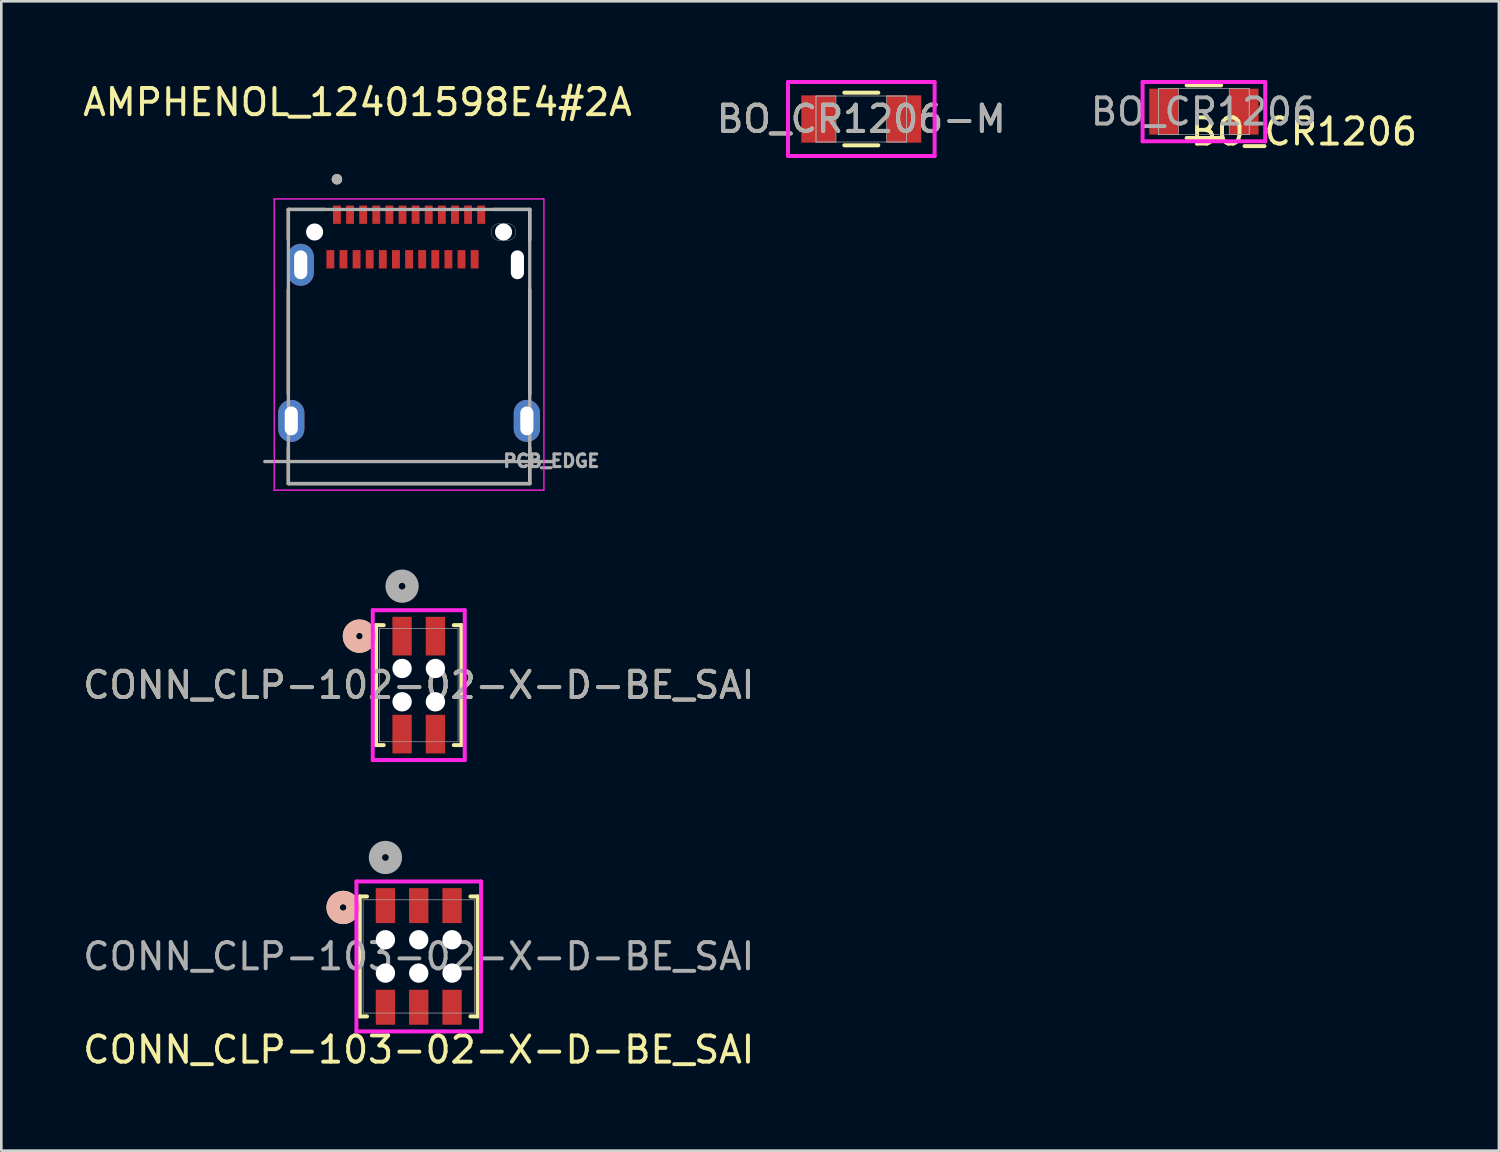
<source format=kicad_pcb>
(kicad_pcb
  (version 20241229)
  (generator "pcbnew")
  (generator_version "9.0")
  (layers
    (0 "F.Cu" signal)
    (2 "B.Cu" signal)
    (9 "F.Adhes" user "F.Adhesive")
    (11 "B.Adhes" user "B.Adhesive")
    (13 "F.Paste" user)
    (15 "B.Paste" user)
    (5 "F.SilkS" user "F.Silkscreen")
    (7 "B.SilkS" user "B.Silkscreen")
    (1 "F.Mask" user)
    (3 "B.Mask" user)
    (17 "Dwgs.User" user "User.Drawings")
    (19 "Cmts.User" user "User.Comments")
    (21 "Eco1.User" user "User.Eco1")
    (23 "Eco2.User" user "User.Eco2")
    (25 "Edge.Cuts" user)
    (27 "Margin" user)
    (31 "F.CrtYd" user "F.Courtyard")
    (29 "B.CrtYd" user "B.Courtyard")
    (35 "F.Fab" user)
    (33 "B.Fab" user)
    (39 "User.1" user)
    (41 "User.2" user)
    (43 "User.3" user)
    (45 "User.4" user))
  (footprint "CONN_CLP-103-02-X-D-BE_SAI"
    (layer "F.Cu")
    (at 12.911 33.406)
    (property "Reference" "CONN_CLP-103-02-X-D-BE_SAI" (at 0 3.556 0) (unlocked yes) (layer "F.SilkS") (effects (font (size 1 1) (thickness 0.15))))
    (attr smd)
    (fp_line (start -2.248 -2.286) (end -2.248 2.286) (stroke (width 0.152) (type solid)) (layer "F.SilkS"))
    (fp_line (start -2.248 2.286) (end -1.971 2.286) (stroke (width 0.152) (type solid)) (layer "F.SilkS"))
    (fp_line (start -1.971 -2.286) (end -2.248 -2.286) (stroke (width 0.152) (type solid)) (layer "F.SilkS"))
    (fp_line (start 1.971 2.286) (end 2.248 2.286) (stroke (width 0.152) (type solid)) (layer "F.SilkS"))
    (fp_line (start 2.248 -2.286) (end 1.971 -2.286) (stroke (width 0.152) (type solid)) (layer "F.SilkS"))
    (fp_line (start 2.248 2.286) (end 2.248 -2.286) (stroke (width 0.152) (type solid)) (layer "F.SilkS"))
    (fp_circle (center -2.883 -1.867) (end -2.502 -1.867) (stroke (width 0.508) (type solid)) (fill no) (layer "F.SilkS"))
    (fp_circle (center -2.883 -1.867) (end -2.502 -1.867) (stroke (width 0.508) (type solid)) (fill no) (layer "B.SilkS"))
    (fp_line (start -2.375 -2.857) (end -2.375 2.857) (stroke (width 0.152) (type solid)) (layer "F.CrtYd"))
    (fp_line (start -2.375 2.857) (end 2.375 2.857) (stroke (width 0.152) (type solid)) (layer "F.CrtYd"))
    (fp_line (start 2.375 -2.857) (end -2.375 -2.857) (stroke (width 0.152) (type solid)) (layer "F.CrtYd"))
    (fp_line (start 2.375 2.857) (end 2.375 -2.857) (stroke (width 0.152) (type solid)) (layer "F.CrtYd"))
    (fp_line (start -2.121 -2.159) (end -2.121 2.159) (stroke (width 0.025) (type solid)) (layer "F.Fab"))
    (fp_line (start -2.121 2.159) (end 2.121 2.159) (stroke (width 0.025) (type solid)) (layer "F.Fab"))
    (fp_line (start 2.121 -2.159) (end -2.121 -2.159) (stroke (width 0.025) (type solid)) (layer "F.Fab"))
    (fp_line (start 2.121 2.159) (end 2.121 -2.159) (stroke (width 0.025) (type solid)) (layer "F.Fab"))
    (fp_circle (center -1.27 -3.772) (end -0.889 -3.772) (stroke (width 0.508) (type solid)) (fill no) (layer "F.Fab"))
    (fp_text user "${REFERENCE}" (at 0 0 0) (unlocked yes) (layer "F.Fab") (effects (font (size 1 1) (thickness 0.15))))
    (pad "" np_thru_hole circle (at -1.27 -0.635) (size 0.737 0.737) (drill 0.737) (layers "*.Cu" "*.Mask"))
    (pad "" np_thru_hole circle (at -1.27 0.635) (size 0.737 0.737) (drill 0.737) (layers "*.Cu" "*.Mask"))
    (pad "" np_thru_hole circle (at 0 -0.635) (size 0.737 0.737) (drill 0.737) (layers "*.Cu" "*.Mask"))
    (pad "" np_thru_hole circle (at 0 0.635) (size 0.737 0.737) (drill 0.737) (layers "*.Cu" "*.Mask"))
    (pad "" np_thru_hole circle (at 1.27 -0.635) (size 0.737 0.737) (drill 0.737) (layers "*.Cu" "*.Mask"))
    (pad "" np_thru_hole circle (at 1.27 0.635) (size 0.737 0.737) (drill 0.737) (layers "*.Cu" "*.Mask"))
    (pad "1" smd rect (at -1.27 -1.937) (size 0.737 1.333) (layers "F.Cu" "F.Mask" "F.Paste"))
    (pad "2" smd rect (at -1.27 1.937) (size 0.737 1.333) (layers "F.Cu" "F.Mask" "F.Paste"))
    (pad "3" smd rect (at 0 -1.937) (size 0.737 1.333) (layers "F.Cu" "F.Mask" "F.Paste"))
    (pad "4" smd rect (at 0 1.937) (size 0.737 1.333) (layers "F.Cu" "F.Mask" "F.Paste"))
    (pad "5" smd rect (at 1.27 -1.937) (size 0.737 1.333) (layers "F.Cu" "F.Mask" "F.Paste"))
    (pad "6" smd rect (at 1.27 1.937) (size 0.737 1.333) (layers "F.Cu" "F.Mask" "F.Paste")))
  (footprint "CONN_CLP-102-02-X-D-BE_SAI"
    (layer "F.Cu")
    (at 12.911 23.065)
    (property "Reference" "CONN_CLP-102-02-X-D-BE_SAI" (at 0 0 0) (unlocked yes) (layer "F.SilkS") (effects (font (size 1 1) (thickness 0.15))))
    (attr smd)
    (fp_line (start -1.626 -2.286) (end -1.626 2.286) (stroke (width 0.152) (type solid)) (layer "F.SilkS"))
    (fp_line (start -1.626 2.286) (end -1.336 2.286) (stroke (width 0.152) (type solid)) (layer "F.SilkS"))
    (fp_line (start -1.336 -2.286) (end -1.626 -2.286) (stroke (width 0.152) (type solid)) (layer "F.SilkS"))
    (fp_line (start 1.336 2.286) (end 1.626 2.286) (stroke (width 0.152) (type solid)) (layer "F.SilkS"))
    (fp_line (start 1.626 -2.286) (end 1.336 -2.286) (stroke (width 0.152) (type solid)) (layer "F.SilkS"))
    (fp_line (start 1.626 2.286) (end 1.626 -2.286) (stroke (width 0.152) (type solid)) (layer "F.SilkS"))
    (fp_circle (center -2.261 -1.867) (end -1.88 -1.867) (stroke (width 0.508) (type solid)) (fill no) (layer "F.SilkS"))
    (fp_circle (center -2.261 -1.867) (end -1.88 -1.867) (stroke (width 0.508) (type solid)) (fill no) (layer "B.SilkS"))
    (fp_line (start -1.753 -2.857) (end -1.753 2.857) (stroke (width 0.152) (type solid)) (layer "F.CrtYd"))
    (fp_line (start -1.753 2.857) (end 1.753 2.857) (stroke (width 0.152) (type solid)) (layer "F.CrtYd"))
    (fp_line (start 1.753 -2.857) (end -1.753 -2.857) (stroke (width 0.152) (type solid)) (layer "F.CrtYd"))
    (fp_line (start 1.753 2.857) (end 1.753 -2.857) (stroke (width 0.152) (type solid)) (layer "F.CrtYd"))
    (fp_line (start -1.499 -2.159) (end -1.499 2.159) (stroke (width 0.025) (type solid)) (layer "F.Fab"))
    (fp_line (start -1.499 2.159) (end 1.499 2.159) (stroke (width 0.025) (type solid)) (layer "F.Fab"))
    (fp_line (start 1.499 -2.159) (end -1.499 -2.159) (stroke (width 0.025) (type solid)) (layer "F.Fab"))
    (fp_line (start 1.499 2.159) (end 1.499 -2.159) (stroke (width 0.025) (type solid)) (layer "F.Fab"))
    (fp_circle (center -0.635 -3.772) (end -0.254 -3.772) (stroke (width 0.508) (type solid)) (fill no) (layer "F.Fab"))
    (fp_text user "${REFERENCE}" (at 0 0 0) (unlocked yes) (layer "F.Fab") (effects (font (size 1 1) (thickness 0.15))))
    (pad "" np_thru_hole circle (at -0.635 -0.635) (size 0.737 0.737) (drill 0.737) (layers "*.Cu" "*.Mask"))
    (pad "" np_thru_hole circle (at -0.635 0.635) (size 0.737 0.737) (drill 0.737) (layers "*.Cu" "*.Mask"))
    (pad "" np_thru_hole circle (at 0.635 -0.635) (size 0.737 0.737) (drill 0.737) (layers "*.Cu" "*.Mask"))
    (pad "" np_thru_hole circle (at 0.635 0.635) (size 0.737 0.737) (drill 0.737) (layers "*.Cu" "*.Mask"))
    (pad "1" smd rect (at -0.635 -1.867) (size 0.737 1.473) (layers "F.Cu" "F.Mask" "F.Paste"))
    (pad "2" smd rect (at -0.635 1.867) (size 0.737 1.473) (layers "F.Cu" "F.Mask" "F.Paste"))
    (pad "3" smd rect (at 0.635 -1.867) (size 0.737 1.473) (layers "F.Cu" "F.Mask" "F.Paste"))
    (pad "4" smd rect (at 0.635 1.867) (size 0.737 1.473) (layers "F.Cu" "F.Mask" "F.Paste")))
  (footprint "BO_CR1206-M"
    (layer "F.Cu")
    (at 29.78 1.486)
    (property "Reference" "BO_CR1206-M" (at 0 0 0) (unlocked yes) (layer "F.SilkS") (effects (font (size 1 1) (thickness 0.15))))
    (attr smd)
    (fp_line (start -0.648 1.003) (end 0.648 1.003) (stroke (width 0.152) (type solid)) (layer "F.SilkS"))
    (fp_line (start 0.648 -1.003) (end -0.648 -1.003) (stroke (width 0.152) (type solid)) (layer "F.SilkS"))
    (fp_line (start -2.794 -1.41) (end 2.794 -1.41) (stroke (width 0.152) (type solid)) (layer "F.CrtYd"))
    (fp_line (start -2.794 1.41) (end -2.794 -1.41) (stroke (width 0.152) (type solid)) (layer "F.CrtYd"))
    (fp_line (start 2.794 -1.41) (end 2.794 1.41) (stroke (width 0.152) (type solid)) (layer "F.CrtYd"))
    (fp_line (start 2.794 1.41) (end -2.794 1.41) (stroke (width 0.152) (type solid)) (layer "F.CrtYd"))
    (fp_line (start -1.727 -0.876) (end -1.727 0.876) (stroke (width 0.025) (type solid)) (layer "F.Fab"))
    (fp_line (start -1.727 -0.876) (end -1.727 0.876) (stroke (width 0.025) (type solid)) (layer "F.Fab"))
    (fp_line (start -1.727 0.876) (end -0.965 0.876) (stroke (width 0.025) (type solid)) (layer "F.Fab"))
    (fp_line (start -1.727 0.876) (end 1.727 0.876) (stroke (width 0.025) (type solid)) (layer "F.Fab"))
    (fp_line (start -0.965 -0.876) (end -1.727 -0.876) (stroke (width 0.025) (type solid)) (layer "F.Fab"))
    (fp_line (start -0.965 0.876) (end -0.965 -0.876) (stroke (width 0.025) (type solid)) (layer "F.Fab"))
    (fp_line (start 0.965 -0.876) (end 0.965 0.876) (stroke (width 0.025) (type solid)) (layer "F.Fab"))
    (fp_line (start 0.965 0.876) (end 1.727 0.876) (stroke (width 0.025) (type solid)) (layer "F.Fab"))
    (fp_line (start 1.727 -0.876) (end -1.727 -0.876) (stroke (width 0.025) (type solid)) (layer "F.Fab"))
    (fp_line (start 1.727 -0.876) (end 0.965 -0.876) (stroke (width 0.025) (type solid)) (layer "F.Fab"))
    (fp_line (start 1.727 0.876) (end 1.727 -0.876) (stroke (width 0.025) (type solid)) (layer "F.Fab"))
    (fp_line (start 1.727 0.876) (end 1.727 -0.876) (stroke (width 0.025) (type solid)) (layer "F.Fab"))
    (fp_text user "${REFERENCE}" (at 0 0 0) (unlocked yes) (layer "F.Fab") (effects (font (size 1 1) (thickness 0.15))))
    (pad "1" smd rect (at -1.626 0) (size 1.321 1.803) (layers "F.Cu" "F.Mask" "F.Paste"))
    (pad "2" smd rect (at 1.626 0) (size 1.321 1.803) (layers "F.Cu" "F.Mask" "F.Paste"))
    (zone (net_name "") (layer "F.Cu") (hatch full 0.508) (connect_pads) (min_thickness 0.254) (filled_areas_thickness no) (keepout (tracks not_allowed) (vias not_allowed) (pads allowed) (copperpour not_allowed) (footprints allowed)) (placement (enabled no)) (fill) (polygon (pts (xy 28.865 0.66) (xy 30.694 0.66) (xy 30.694 2.311) (xy 28.865 2.311)))))
  (footprint "BO_CR1206"
    (layer "F.Cu")
    (at 42.839 1.206)
    (property "Reference" "BO_CR1206" (at 3.81 0.762 0) (unlocked yes) (layer "F.SilkS") (effects (font (size 1 1) (thickness 0.15))))
    (attr smd)
    (fp_line (start -0.658 1.003) (end 0.658 1.003) (stroke (width 0.152) (type solid)) (layer "F.SilkS"))
    (fp_line (start 0.658 -1.003) (end -0.658 -1.003) (stroke (width 0.152) (type solid)) (layer "F.SilkS"))
    (fp_line (start -2.337 -1.13) (end 2.337 -1.13) (stroke (width 0.152) (type solid)) (layer "F.CrtYd"))
    (fp_line (start -2.337 1.13) (end -2.337 -1.13) (stroke (width 0.152) (type solid)) (layer "F.CrtYd"))
    (fp_line (start 2.337 -1.13) (end 2.337 1.13) (stroke (width 0.152) (type solid)) (layer "F.CrtYd"))
    (fp_line (start 2.337 1.13) (end -2.337 1.13) (stroke (width 0.152) (type solid)) (layer "F.CrtYd"))
    (fp_line (start -1.727 -0.876) (end -1.727 0.876) (stroke (width 0.025) (type solid)) (layer "F.Fab"))
    (fp_line (start -1.727 -0.876) (end -1.727 0.876) (stroke (width 0.025) (type solid)) (layer "F.Fab"))
    (fp_line (start -1.727 0.876) (end -0.965 0.876) (stroke (width 0.025) (type solid)) (layer "F.Fab"))
    (fp_line (start -1.727 0.876) (end 1.727 0.876) (stroke (width 0.025) (type solid)) (layer "F.Fab"))
    (fp_line (start -0.965 -0.876) (end -1.727 -0.876) (stroke (width 0.025) (type solid)) (layer "F.Fab"))
    (fp_line (start -0.965 0.876) (end -0.965 -0.876) (stroke (width 0.025) (type solid)) (layer "F.Fab"))
    (fp_line (start 0.965 -0.876) (end 0.965 0.876) (stroke (width 0.025) (type solid)) (layer "F.Fab"))
    (fp_line (start 0.965 0.876) (end 1.727 0.876) (stroke (width 0.025) (type solid)) (layer "F.Fab"))
    (fp_line (start 1.727 -0.876) (end -1.727 -0.876) (stroke (width 0.025) (type solid)) (layer "F.Fab"))
    (fp_line (start 1.727 -0.876) (end 0.965 -0.876) (stroke (width 0.025) (type solid)) (layer "F.Fab"))
    (fp_line (start 1.727 0.876) (end 1.727 -0.876) (stroke (width 0.025) (type solid)) (layer "F.Fab"))
    (fp_line (start 1.727 0.876) (end 1.727 -0.876) (stroke (width 0.025) (type solid)) (layer "F.Fab"))
    (fp_text user "${REFERENCE}" (at 0 0 0) (unlocked yes) (layer "F.Fab") (effects (font (size 1 1) (thickness 0.15))))
    (pad "1" smd rect (at -1.524 0) (size 1.118 1.753) (layers "F.Cu" "F.Mask" "F.Paste"))
    (pad "2" smd rect (at 1.524 0) (size 1.118 1.753) (layers "F.Cu" "F.Mask" "F.Paste"))
    (zone (net_name "") (layer "F.Cu") (hatch full 0.508) (connect_pads) (min_thickness 0.254) (filled_areas_thickness no) (keepout (tracks not_allowed) (vias not_allowed) (pads allowed) (copperpour not_allowed) (footprints allowed)) (placement (enabled no)) (fill) (polygon (pts (xy 41.925 0.381) (xy 43.754 0.381) (xy 43.754 2.032) (xy 41.925 2.032)))))
  (footprint "AMPHENOL_12401598E4#2A"
    (layer "F.Cu")
    (at 12.542 5.793)
    (property "Reference" "AMPHENOL_12401598E4#2A" (at -1.965 -4.945 0) (layer "F.SilkS") (effects (font (size 1 1) (thickness 0.15))))
    (attr smd)
    (fp_line (start -4.6 -0.86) (end -3.22 -0.86) (stroke (width 0.127) (type solid)) (layer "F.SilkS"))
    (fp_line (start -4.6 0.3) (end -4.6 -0.86) (stroke (width 0.127) (type solid)) (layer "F.SilkS"))
    (fp_line (start -4.6 2.2) (end -4.6 6.18) (stroke (width 0.127) (type solid)) (layer "F.SilkS"))
    (fp_line (start -4.6 9.59) (end -4.6 8.22) (stroke (width 0.127) (type solid)) (layer "F.SilkS"))
    (fp_line (start 3.22 -0.86) (end 4.6 -0.86) (stroke (width 0.127) (type solid)) (layer "F.SilkS"))
    (fp_line (start 4.6 -0.86) (end 4.6 0.3) (stroke (width 0.127) (type solid)) (layer "F.SilkS"))
    (fp_line (start 4.6 2.2) (end 4.6 6.18) (stroke (width 0.127) (type solid)) (layer "F.SilkS"))
    (fp_line (start 4.6 9.59) (end -4.6 9.59) (stroke (width 0.127) (type solid)) (layer "F.SilkS"))
    (fp_line (start 4.6 9.59) (end 4.6 8.22) (stroke (width 0.127) (type solid)) (layer "F.SilkS"))
    (fp_circle (center -2.75 -2.01) (end -2.65 -2.01) (stroke (width 0.2) (type solid)) (fill no) (layer "F.SilkS"))
    (fp_line (start 3.45 -0.325) (end 3.75 -0.325) (stroke (width 0.01) (type solid)) (layer "Edge.Cuts"))
    (fp_line (start 3.75 0.325) (end 3.45 0.325) (stroke (width 0.01) (type solid)) (layer "Edge.Cuts"))
    (fp_arc (start 3.125 0) (mid 3.22019 -0.22981) (end 3.45 -0.325) (stroke (width 0.01) (type solid)) (layer "Edge.Cuts"))
    (fp_arc (start 3.45 0.325) (mid 3.22019 0.22981) (end 3.125 0) (stroke (width 0.01) (type solid)) (layer "Edge.Cuts"))
    (fp_arc (start 3.75 -0.325) (mid 3.97981 -0.22981) (end 4.075 0) (stroke (width 0.01) (type solid)) (layer "Edge.Cuts"))
    (fp_arc (start 4.075 0) (mid 3.97981 0.22981) (end 3.75 0.325) (stroke (width 0.01) (type solid)) (layer "Edge.Cuts"))
    (fp_line (start -5.14 -1.26) (end -5.14 9.84) (stroke (width 0.05) (type solid)) (layer "F.CrtYd"))
    (fp_line (start -5.14 9.84) (end 5.14 9.84) (stroke (width 0.05) (type solid)) (layer "F.CrtYd"))
    (fp_line (start 5.14 -1.26) (end -5.14 -1.26) (stroke (width 0.05) (type solid)) (layer "F.CrtYd"))
    (fp_line (start 5.14 9.84) (end 5.14 -1.26) (stroke (width 0.05) (type solid)) (layer "F.CrtYd"))
    (fp_line (start -5.5 8.75) (end 5.5 8.75) (stroke (width 0.127) (type solid)) (layer "F.Fab"))
    (fp_line (start -4.6 -0.86) (end 4.6 -0.86) (stroke (width 0.127) (type solid)) (layer "F.Fab"))
    (fp_line (start -4.6 9.59) (end -4.6 -0.86) (stroke (width 0.127) (type solid)) (layer "F.Fab"))
    (fp_line (start 4.6 -0.86) (end 4.6 9.59) (stroke (width 0.127) (type solid)) (layer "F.Fab"))
    (fp_line (start 4.6 9.59) (end -4.6 9.59) (stroke (width 0.127) (type solid)) (layer "F.Fab"))
    (fp_circle (center -2.75 -2.01) (end -2.65 -2.01) (stroke (width 0.2) (type solid)) (fill no) (layer "F.Fab"))
    (fp_text user "PCB_EDGE" (at 5.425 8.725 0) (layer "F.Fab") (effects (font (size 0.48 0.48) (thickness 0.12))))
    (pad "" np_thru_hole circle (at -3.6 0) (size 0.65 0.65) (drill 0.65) (layers "*.Cu" "*.Mask"))
    (pad "" np_thru_hole circle (at 3.6 0) (size 0.65 0.65) (drill 0.65) (layers "*.Cu" "*.Mask"))
    (pad "" np_thru_hole oval (at 4.13 1.25) (size 0.5 1.1) (drill oval 0.5 1.1) (layers "*.Cu" "*.Mask"))
    (pad "A1" smd rect (at -2.75 -0.66) (size 0.3 0.7) (layers "F.Cu" "F.Mask" "F.Paste"))
    (pad "A2" smd rect (at -2.25 -0.66) (size 0.3 0.7) (layers "F.Cu" "F.Mask" "F.Paste"))
    (pad "A3" smd rect (at -1.75 -0.66) (size 0.3 0.7) (layers "F.Cu" "F.Mask" "F.Paste"))
    (pad "A4" smd rect (at -1.25 -0.66) (size 0.3 0.7) (layers "F.Cu" "F.Mask" "F.Paste"))
    (pad "A5" smd rect (at -0.75 -0.66) (size 0.3 0.7) (layers "F.Cu" "F.Mask" "F.Paste"))
    (pad "A6" smd rect (at -0.25 -0.66) (size 0.3 0.7) (layers "F.Cu" "F.Mask" "F.Paste"))
    (pad "A7" smd rect (at 0.25 -0.66) (size 0.3 0.7) (layers "F.Cu" "F.Mask" "F.Paste"))
    (pad "A8" smd rect (at 0.75 -0.66) (size 0.3 0.7) (layers "F.Cu" "F.Mask" "F.Paste"))
    (pad "A9" smd rect (at 1.25 -0.66) (size 0.3 0.7) (layers "F.Cu" "F.Mask" "F.Paste"))
    (pad "A10" smd rect (at 1.75 -0.66) (size 0.3 0.7) (layers "F.Cu" "F.Mask" "F.Paste"))
    (pad "A11" smd rect (at 2.25 -0.66) (size 0.3 0.7) (layers "F.Cu" "F.Mask" "F.Paste"))
    (pad "A12" smd rect (at 2.75 -0.66) (size 0.3 0.7) (layers "F.Cu" "F.Mask" "F.Paste"))
    (pad "B1" smd rect (at 2.5 1.04) (size 0.3 0.7) (layers "F.Cu" "F.Mask" "F.Paste"))
    (pad "B2" smd rect (at 2 1.04) (size 0.3 0.7) (layers "F.Cu" "F.Mask" "F.Paste"))
    (pad "B3" smd rect (at 1.5 1.04) (size 0.3 0.7) (layers "F.Cu" "F.Mask" "F.Paste"))
    (pad "B4" smd rect (at 1 1.04) (size 0.3 0.7) (layers "F.Cu" "F.Mask" "F.Paste"))
    (pad "B5" smd rect (at 0.5 1.04) (size 0.3 0.7) (layers "F.Cu" "F.Mask" "F.Paste"))
    (pad "B6" smd rect (at 0 1.04) (size 0.3 0.7) (layers "F.Cu" "F.Mask" "F.Paste"))
    (pad "B7" smd rect (at -0.5 1.04) (size 0.3 0.7) (layers "F.Cu" "F.Mask" "F.Paste"))
    (pad "B8" smd rect (at -1 1.04) (size 0.3 0.7) (layers "F.Cu" "F.Mask" "F.Paste"))
    (pad "B9" smd rect (at -1.5 1.04) (size 0.3 0.7) (layers "F.Cu" "F.Mask" "F.Paste"))
    (pad "B10" smd rect (at -2 1.04) (size 0.3 0.7) (layers "F.Cu" "F.Mask" "F.Paste"))
    (pad "B11" smd rect (at -2.5 1.04) (size 0.3 0.7) (layers "F.Cu" "F.Mask" "F.Paste"))
    (pad "B12" smd rect (at -3 1.04) (size 0.3 0.7) (layers "F.Cu" "F.Mask" "F.Paste"))
    (pad "SH1" thru_hole oval (at -4.13 1.25) (size 1 1.6) (drill oval 0.5 1.1) (layers "*.Cu" "*.Mask"))
    (pad "SH2" thru_hole oval (at -4.49 7.2) (size 1 1.6) (drill oval 0.5 1.1) (layers "*.Cu" "*.Mask"))
    (pad "SH3" thru_hole oval (at 4.49 7.2) (size 1 1.6) (drill oval 0.5 1.1) (layers "*.Cu" "*.Mask"))
    (zone (net_name "") (layer "F.Cu") (hatch full 0.508) (connect_pads) (min_thickness 0.01) (filled_areas_thickness no) (keepout (tracks not_allowed) (vias not_allowed) (pads not_allowed) (copperpour not_allowed) (footprints allowed)) (placement (enabled no)) (fill) (polygon (pts (xy 8.792 7.743) (xy 16.292 7.743) (xy 16.292 14.543) (xy 8.792 14.543))))
    (zone (net_name "") (layers "F.Cu" "B.Cu") (hatch full 0.508) (connect_pads) (min_thickness 0.01) (filled_areas_thickness no) (keepout (tracks allowed) (vias not_allowed) (pads allowed) (copperpour allowed) (footprints allowed)) (placement (enabled no)) (fill) (polygon (pts (xy 8.792 7.743) (xy 16.292 7.743) (xy 16.292 14.543) (xy 8.792 14.543)))))
  (gr_rect
    (start -3 -3)
    (end 54.084 40.81)
    (stroke (width 0.1) (type default))
    (fill no)
    (layer "Edge.Cuts")))
</source>
